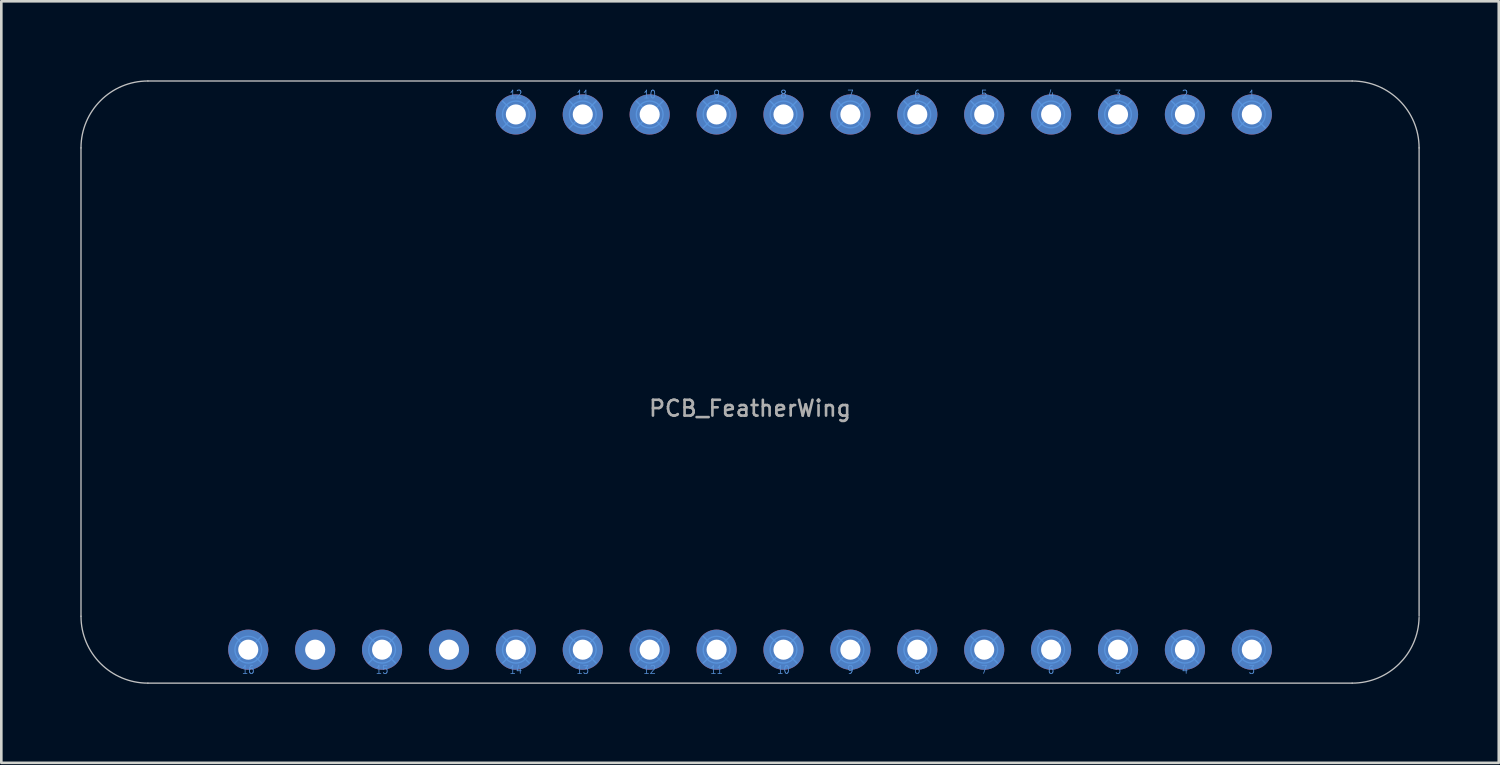
<source format=kicad_pcb>
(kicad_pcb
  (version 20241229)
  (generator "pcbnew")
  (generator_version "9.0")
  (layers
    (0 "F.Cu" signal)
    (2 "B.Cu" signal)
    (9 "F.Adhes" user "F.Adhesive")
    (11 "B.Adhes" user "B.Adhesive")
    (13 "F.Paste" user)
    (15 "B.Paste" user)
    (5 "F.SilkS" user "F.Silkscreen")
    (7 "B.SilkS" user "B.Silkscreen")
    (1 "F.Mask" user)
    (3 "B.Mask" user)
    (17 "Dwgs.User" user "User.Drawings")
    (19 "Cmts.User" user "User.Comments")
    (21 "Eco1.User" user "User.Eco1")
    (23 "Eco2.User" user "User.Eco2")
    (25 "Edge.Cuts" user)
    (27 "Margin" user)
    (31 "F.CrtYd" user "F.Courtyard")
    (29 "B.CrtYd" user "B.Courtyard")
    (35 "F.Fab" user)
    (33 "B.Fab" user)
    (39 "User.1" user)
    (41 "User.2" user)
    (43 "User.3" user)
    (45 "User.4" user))
  (footprint "PCB_FeatherWing"
    (layer "F.Cu")
    (at 25.425 11.455)
    (property "Reference" "PCB_FeatherWing" (at 0 1 0) (layer "F.Fab") (effects (font (size 0.6 0.6) (thickness 0.1))))
    (attr through_hole)
    (fp_line (start -25.4 -8.89) (end -25.4 8.89) (stroke (width 0.05) (type solid)) (layer "Dwgs.User"))
    (fp_line (start -22.86 11.43) (end 22.86 11.43) (stroke (width 0.05) (type solid)) (layer "Dwgs.User"))
    (fp_line (start 22.86 -11.43) (end -22.86 -11.43) (stroke (width 0.05) (type solid)) (layer "Dwgs.User"))
    (fp_line (start 25.4 8.89) (end 25.4 -8.89) (stroke (width 0.05) (type solid)) (layer "Dwgs.User"))
    (fp_arc (start -25.4 -8.89) (mid -24.656051 -10.686051) (end -22.86 -11.43) (stroke (width 0.05) (type solid)) (layer "Dwgs.User"))
    (fp_arc (start -22.86 11.43) (mid -24.656051 10.686051) (end -25.4 8.89) (stroke (width 0.05) (type solid)) (layer "Dwgs.User"))
    (fp_arc (start 22.86 -11.43) (mid 24.656051 -10.686051) (end 25.4 -8.89) (stroke (width 0.05) (type solid)) (layer "Dwgs.User"))
    (fp_arc (start 25.399532 8.938762) (mid 24.638728 10.703209) (end 22.86 11.43) (stroke (width 0.05) (type solid)) (layer "Dwgs.User"))
    (fp_line (start -19.558 9.652) (end -18.542 10.668) (stroke (width 0.05) (type solid)) (layer "Cmts.User"))
    (fp_line (start -19.558 10.668) (end -18.542 9.652) (stroke (width 0.05) (type solid)) (layer "Cmts.User"))
    (fp_line (start -14.478 9.652) (end -13.462 10.668) (stroke (width 0.05) (type solid)) (layer "Cmts.User"))
    (fp_line (start -14.478 10.668) (end -13.462 9.652) (stroke (width 0.05) (type solid)) (layer "Cmts.User"))
    (fp_line (start -9.398 -10.668) (end -8.382 -9.652) (stroke (width 0.05) (type solid)) (layer "Cmts.User"))
    (fp_line (start -9.398 -9.652) (end -8.382 -10.668) (stroke (width 0.05) (type solid)) (layer "Cmts.User"))
    (fp_line (start -9.398 9.652) (end -8.382 10.668) (stroke (width 0.05) (type solid)) (layer "Cmts.User"))
    (fp_line (start -9.398 10.668) (end -8.382 9.652) (stroke (width 0.05) (type solid)) (layer "Cmts.User"))
    (fp_line (start -6.858 -10.668) (end -5.842 -9.652) (stroke (width 0.05) (type solid)) (layer "Cmts.User"))
    (fp_line (start -6.858 -9.652) (end -5.842 -10.668) (stroke (width 0.05) (type solid)) (layer "Cmts.User"))
    (fp_line (start -6.858 9.652) (end -5.842 10.668) (stroke (width 0.05) (type solid)) (layer "Cmts.User"))
    (fp_line (start -6.858 10.668) (end -5.842 9.652) (stroke (width 0.05) (type solid)) (layer "Cmts.User"))
    (fp_line (start -4.318 -10.668) (end -3.302 -9.652) (stroke (width 0.05) (type solid)) (layer "Cmts.User"))
    (fp_line (start -4.318 -9.652) (end -3.302 -10.668) (stroke (width 0.05) (type solid)) (layer "Cmts.User"))
    (fp_line (start -4.318 9.652) (end -3.302 10.668) (stroke (width 0.05) (type solid)) (layer "Cmts.User"))
    (fp_line (start -4.318 10.668) (end -3.302 9.652) (stroke (width 0.05) (type solid)) (layer "Cmts.User"))
    (fp_line (start -1.778 -10.668) (end -0.762 -9.652) (stroke (width 0.05) (type solid)) (layer "Cmts.User"))
    (fp_line (start -1.778 -9.652) (end -0.762 -10.668) (stroke (width 0.05) (type solid)) (layer "Cmts.User"))
    (fp_line (start -1.778 9.652) (end -0.762 10.668) (stroke (width 0.05) (type solid)) (layer "Cmts.User"))
    (fp_line (start -1.778 10.668) (end -0.762 9.652) (stroke (width 0.05) (type solid)) (layer "Cmts.User"))
    (fp_line (start 0.762 -10.668) (end 1.778 -9.652) (stroke (width 0.05) (type solid)) (layer "Cmts.User"))
    (fp_line (start 0.762 -9.652) (end 1.778 -10.668) (stroke (width 0.05) (type solid)) (layer "Cmts.User"))
    (fp_line (start 0.762 9.652) (end 1.778 10.668) (stroke (width 0.05) (type solid)) (layer "Cmts.User"))
    (fp_line (start 0.762 10.668) (end 1.778 9.652) (stroke (width 0.05) (type solid)) (layer "Cmts.User"))
    (fp_line (start 3.302 -10.668) (end 4.318 -9.652) (stroke (width 0.05) (type solid)) (layer "Cmts.User"))
    (fp_line (start 3.302 -9.652) (end 4.318 -10.668) (stroke (width 0.05) (type solid)) (layer "Cmts.User"))
    (fp_line (start 3.302 9.652) (end 4.318 10.668) (stroke (width 0.05) (type solid)) (layer "Cmts.User"))
    (fp_line (start 3.302 10.668) (end 4.318 9.652) (stroke (width 0.05) (type solid)) (layer "Cmts.User"))
    (fp_line (start 5.842 -10.668) (end 6.858 -9.652) (stroke (width 0.05) (type solid)) (layer "Cmts.User"))
    (fp_line (start 5.842 -9.652) (end 6.858 -10.668) (stroke (width 0.05) (type solid)) (layer "Cmts.User"))
    (fp_line (start 5.842 9.652) (end 6.858 10.668) (stroke (width 0.05) (type solid)) (layer "Cmts.User"))
    (fp_line (start 5.842 10.668) (end 6.858 9.652) (stroke (width 0.05) (type solid)) (layer "Cmts.User"))
    (fp_line (start 8.382 -10.668) (end 9.398 -9.652) (stroke (width 0.05) (type solid)) (layer "Cmts.User"))
    (fp_line (start 8.382 -9.652) (end 9.398 -10.668) (stroke (width 0.05) (type solid)) (layer "Cmts.User"))
    (fp_line (start 8.382 9.652) (end 9.398 10.668) (stroke (width 0.05) (type solid)) (layer "Cmts.User"))
    (fp_line (start 8.382 10.668) (end 9.398 9.652) (stroke (width 0.05) (type solid)) (layer "Cmts.User"))
    (fp_line (start 10.922 -10.668) (end 11.938 -9.652) (stroke (width 0.05) (type solid)) (layer "Cmts.User"))
    (fp_line (start 10.922 -9.652) (end 11.938 -10.668) (stroke (width 0.05) (type solid)) (layer "Cmts.User"))
    (fp_line (start 10.922 9.652) (end 11.938 10.668) (stroke (width 0.05) (type solid)) (layer "Cmts.User"))
    (fp_line (start 10.922 10.668) (end 11.938 9.652) (stroke (width 0.05) (type solid)) (layer "Cmts.User"))
    (fp_line (start 13.462 -10.668) (end 14.478 -9.652) (stroke (width 0.05) (type solid)) (layer "Cmts.User"))
    (fp_line (start 13.462 -9.652) (end 14.478 -10.668) (stroke (width 0.05) (type solid)) (layer "Cmts.User"))
    (fp_line (start 13.462 9.652) (end 14.478 10.668) (stroke (width 0.05) (type solid)) (layer "Cmts.User"))
    (fp_line (start 13.462 10.668) (end 14.478 9.652) (stroke (width 0.05) (type solid)) (layer "Cmts.User"))
    (fp_line (start 16.002 -10.668) (end 17.018 -9.652) (stroke (width 0.05) (type solid)) (layer "Cmts.User"))
    (fp_line (start 16.002 -9.652) (end 17.018 -10.668) (stroke (width 0.05) (type solid)) (layer "Cmts.User"))
    (fp_line (start 16.002 9.652) (end 17.018 10.668) (stroke (width 0.05) (type solid)) (layer "Cmts.User"))
    (fp_line (start 16.002 10.668) (end 17.018 9.652) (stroke (width 0.05) (type solid)) (layer "Cmts.User"))
    (fp_line (start 18.542 -10.668) (end 19.558 -9.652) (stroke (width 0.05) (type solid)) (layer "Cmts.User"))
    (fp_line (start 18.542 -9.652) (end 19.558 -10.668) (stroke (width 0.05) (type solid)) (layer "Cmts.User"))
    (fp_line (start 18.542 9.652) (end 19.558 10.668) (stroke (width 0.05) (type solid)) (layer "Cmts.User"))
    (fp_line (start 18.542 10.668) (end 19.558 9.652) (stroke (width 0.05) (type solid)) (layer "Cmts.User"))
    (fp_circle (center -19.05 10.16) (end -18.542 10.16) (stroke (width 0.05) (type solid)) (fill no) (layer "Cmts.User"))
    (fp_circle (center -13.97 10.16) (end -13.462 10.16) (stroke (width 0.05) (type solid)) (fill no) (layer "Cmts.User"))
    (fp_circle (center -8.89 -10.16) (end -8.382 -10.16) (stroke (width 0.05) (type solid)) (fill no) (layer "Cmts.User"))
    (fp_circle (center -8.89 10.16) (end -8.382 10.16) (stroke (width 0.05) (type solid)) (fill no) (layer "Cmts.User"))
    (fp_circle (center -6.35 -10.16) (end -5.842 -10.16) (stroke (width 0.05) (type solid)) (fill no) (layer "Cmts.User"))
    (fp_circle (center -6.35 10.16) (end -5.842 10.16) (stroke (width 0.05) (type solid)) (fill no) (layer "Cmts.User"))
    (fp_circle (center -3.81 -10.16) (end -3.302 -10.16) (stroke (width 0.05) (type solid)) (fill no) (layer "Cmts.User"))
    (fp_circle (center -3.81 10.16) (end -3.302 10.16) (stroke (width 0.05) (type solid)) (fill no) (layer "Cmts.User"))
    (fp_circle (center -1.27 -10.16) (end -0.762 -10.16) (stroke (width 0.05) (type solid)) (fill no) (layer "Cmts.User"))
    (fp_circle (center -1.27 10.16) (end -0.762 10.16) (stroke (width 0.05) (type solid)) (fill no) (layer "Cmts.User"))
    (fp_circle (center 1.27 -10.16) (end 1.778 -10.16) (stroke (width 0.05) (type solid)) (fill no) (layer "Cmts.User"))
    (fp_circle (center 1.27 10.16) (end 1.778 10.16) (stroke (width 0.05) (type solid)) (fill no) (layer "Cmts.User"))
    (fp_circle (center 3.81 -10.16) (end 4.318 -10.16) (stroke (width 0.05) (type solid)) (fill no) (layer "Cmts.User"))
    (fp_circle (center 3.81 10.16) (end 4.318 10.16) (stroke (width 0.05) (type solid)) (fill no) (layer "Cmts.User"))
    (fp_circle (center 6.35 -10.16) (end 6.858 -10.16) (stroke (width 0.05) (type solid)) (fill no) (layer "Cmts.User"))
    (fp_circle (center 6.35 10.16) (end 6.858 10.16) (stroke (width 0.05) (type solid)) (fill no) (layer "Cmts.User"))
    (fp_circle (center 8.89 -10.16) (end 9.398 -10.16) (stroke (width 0.05) (type solid)) (fill no) (layer "Cmts.User"))
    (fp_circle (center 8.89 10.16) (end 9.398 10.16) (stroke (width 0.05) (type solid)) (fill no) (layer "Cmts.User"))
    (fp_circle (center 11.43 -10.16) (end 11.938 -10.16) (stroke (width 0.05) (type solid)) (fill no) (layer "Cmts.User"))
    (fp_circle (center 11.43 10.16) (end 11.938 10.16) (stroke (width 0.05) (type solid)) (fill no) (layer "Cmts.User"))
    (fp_circle (center 13.97 -10.16) (end 14.478 -10.16) (stroke (width 0.05) (type solid)) (fill no) (layer "Cmts.User"))
    (fp_circle (center 13.97 10.16) (end 14.478 10.16) (stroke (width 0.05) (type solid)) (fill no) (layer "Cmts.User"))
    (fp_circle (center 16.51 -10.16) (end 17.018 -10.16) (stroke (width 0.05) (type solid)) (fill no) (layer "Cmts.User"))
    (fp_circle (center 16.51 10.16) (end 17.018 10.16) (stroke (width 0.05) (type solid)) (fill no) (layer "Cmts.User"))
    (fp_circle (center 19.05 -10.16) (end 19.558 -10.16) (stroke (width 0.05) (type solid)) (fill no) (layer "Cmts.User"))
    (fp_circle (center 19.05 10.16) (end 19.558 10.16) (stroke (width 0.05) (type solid)) (fill no) (layer "Cmts.User"))
    (fp_text user "14" (at -8.89 10.922 0) (layer "Cmts.User") (effects (font (size 0.3 0.25) (thickness 0.03))))
    (fp_text user "12" (at -8.89 -10.922 0) (layer "Cmts.User") (effects (font (size 0.3 0.25) (thickness 0.03))))
    (fp_text user "7" (at 8.89 10.922 0) (layer "Cmts.User") (effects (font (size 0.3 0.25) (thickness 0.03))))
    (fp_text user "5" (at 13.97 10.922 0) (layer "Cmts.User") (effects (font (size 0.3 0.25) (thickness 0.03))))
    (fp_text user "16" (at -19.05 10.922 0) (layer "Cmts.User") (effects (font (size 0.3 0.25) (thickness 0.03))))
    (fp_text user "9" (at -1.27 -10.922 0) (layer "Cmts.User") (effects (font (size 0.3 0.25) (thickness 0.03))))
    (fp_text user "3" (at 13.97 -10.922 0) (layer "Cmts.User") (effects (font (size 0.3 0.25) (thickness 0.03))))
    (fp_text user "15" (at -13.97 10.922 0) (layer "Cmts.User") (effects (font (size 0.3 0.25) (thickness 0.03))))
    (fp_text user "2" (at 16.51 -10.922 0) (layer "Cmts.User") (effects (font (size 0.3 0.25) (thickness 0.03))))
    (fp_text user "6" (at 11.43 10.922 0) (layer "Cmts.User") (effects (font (size 0.3 0.25) (thickness 0.03))))
    (fp_text user "4" (at 11.43 -10.922 0) (layer "Cmts.User") (effects (font (size 0.3 0.25) (thickness 0.03))))
    (fp_text user "9" (at 3.81 10.922 0) (layer "Cmts.User") (effects (font (size 0.3 0.25) (thickness 0.03))))
    (fp_text user "4" (at 16.51 10.922 0) (layer "Cmts.User") (effects (font (size 0.3 0.25) (thickness 0.03))))
    (fp_text user "5" (at 8.89 -10.922 0) (layer "Cmts.User") (effects (font (size 0.3 0.25) (thickness 0.03))))
    (fp_text user "7" (at 3.81 -10.922 0) (layer "Cmts.User") (effects (font (size 0.3 0.25) (thickness 0.03))))
    (fp_text user "8" (at 6.35 10.922 0) (layer "Cmts.User") (effects (font (size 0.3 0.25) (thickness 0.03))))
    (fp_text user "13" (at -6.35 10.922 0) (layer "Cmts.User") (effects (font (size 0.3 0.25) (thickness 0.03))))
    (fp_text user "10" (at -3.81 -10.922 0) (layer "Cmts.User") (effects (font (size 0.3 0.25) (thickness 0.03))))
    (fp_text user "3" (at 19.05 10.922 0) (layer "Cmts.User") (effects (font (size 0.3 0.25) (thickness 0.03))))
    (fp_text user "11" (at -1.27 10.922 0) (layer "Cmts.User") (effects (font (size 0.3 0.25) (thickness 0.03))))
    (fp_text user "6" (at 6.35 -10.922 0) (layer "Cmts.User") (effects (font (size 0.3 0.25) (thickness 0.03))))
    (fp_text user "12" (at -3.81 10.922 0) (layer "Cmts.User") (effects (font (size 0.3 0.25) (thickness 0.03))))
    (fp_text user "10" (at 1.27 10.922 0) (layer "Cmts.User") (effects (font (size 0.3 0.25) (thickness 0.03))))
    (fp_text user "11" (at -6.35 -10.922 0) (layer "Cmts.User") (effects (font (size 0.3 0.25) (thickness 0.03))))
    (fp_text user "1" (at 19.05 -10.922 0) (layer "Cmts.User") (effects (font (size 0.3 0.25) (thickness 0.03))))
    (fp_text user "8" (at 1.27 -10.922 0) (layer "Cmts.User") (effects (font (size 0.3 0.25) (thickness 0.03))))
    (pad "3V3" thru_hole circle (at -16.51 10.16) (size 1.524 1.524) (drill 0.762) (layers "*.Cu" "*.Mask"))
    (pad "A0" thru_hole circle (at -8.89 10.16) (size 1.524 1.524) (drill 0.762) (layers "*.Cu" "*.Mask"))
    (pad "A1" thru_hole circle (at -6.35 10.16) (size 1.524 1.524) (drill 0.762) (layers "*.Cu" "*.Mask"))
    (pad "A2" thru_hole circle (at -3.81 10.16) (size 1.524 1.524) (drill 0.762) (layers "*.Cu" "*.Mask"))
    (pad "A3" thru_hole circle (at -1.27 10.16) (size 1.524 1.524) (drill 0.762) (layers "*.Cu" "*.Mask"))
    (pad "A4" thru_hole circle (at 1.27 10.16) (size 1.524 1.524) (drill 0.762) (layers "*.Cu" "*.Mask"))
    (pad "A5" thru_hole circle (at 3.81 10.16) (size 1.524 1.524) (drill 0.762) (layers "*.Cu" "*.Mask"))
    (pad "D2" thru_hole circle (at 13.97 -10.16) (size 1.524 1.524) (drill 0.762) (layers "*.Cu" "*.Mask"))
    (pad "D3" thru_hole circle (at 11.43 -10.16) (size 1.524 1.524) (drill 0.762) (layers "*.Cu" "*.Mask"))
    (pad "D4" thru_hole circle (at 8.89 -10.16) (size 1.524 1.524) (drill 0.762) (layers "*.Cu" "*.Mask"))
    (pad "D5" thru_hole circle (at 6.35 -10.16) (size 1.524 1.524) (drill 0.762) (layers "*.Cu" "*.Mask"))
    (pad "D6" thru_hole circle (at 3.81 -10.16) (size 1.524 1.524) (drill 0.762) (layers "*.Cu" "*.Mask"))
    (pad "D7" thru_hole circle (at 1.27 -10.16) (size 1.524 1.524) (drill 0.762) (layers "*.Cu" "*.Mask"))
    (pad "D8" thru_hole circle (at -1.27 -10.16) (size 1.524 1.524) (drill 0.762) (layers "*.Cu" "*.Mask"))
    (pad "EN" thru_hole circle (at -6.35 -10.16) (size 1.524 1.524) (drill 0.762) (layers "*.Cu" "*.Mask"))
    (pad "GND" thru_hole circle (at -11.43 10.16) (size 1.524 1.524) (drill 0.762) (layers "*.Cu" "*.Mask"))
    (pad "LI+" thru_hole circle (at -8.89 -10.16) (size 1.524 1.524) (drill 0.762) (layers "*.Cu" "*.Mask"))
    (pad "MD" thru_hole circle (at -13.97 10.16) (size 1.524 1.524) (drill 0.762) (layers "*.Cu" "*.Mask"))
    (pad "MI" thru_hole circle (at 11.43 10.16) (size 1.524 1.524) (drill 0.762) (layers "*.Cu" "*.Mask"))
    (pad "MO" thru_hole circle (at 8.89 10.16) (size 1.524 1.524) (drill 0.762) (layers "*.Cu" "*.Mask"))
    (pad "NC" thru_hole circle (at 19.05 10.16) (size 1.524 1.524) (drill 0.762) (layers "*.Cu" "*.Mask"))
    (pad "RESET" thru_hole circle (at -19.05 10.16) (size 1.524 1.524) (drill 0.762) (layers "*.Cu" "*.Mask"))
    (pad "RX" thru_hole circle (at 13.97 10.16) (size 1.524 1.524) (drill 0.762) (layers "*.Cu" "*.Mask"))
    (pad "SCK" thru_hole circle (at 6.35 10.16) (size 1.524 1.524) (drill 0.762) (layers "*.Cu" "*.Mask"))
    (pad "SCL" thru_hole circle (at 16.51 -10.16) (size 1.524 1.524) (drill 0.762) (layers "*.Cu" "*.Mask"))
    (pad "SDA" thru_hole circle (at 19.05 -10.16) (size 1.524 1.524) (drill 0.762) (layers "*.Cu" "*.Mask"))
    (pad "TX" thru_hole circle (at 16.51 10.16) (size 1.524 1.524) (drill 0.762) (layers "*.Cu" "*.Mask"))
    (pad "VUSB" thru_hole circle (at -3.81 -10.16) (size 1.524 1.524) (drill 0.762) (layers "*.Cu" "*.Mask")))
  (gr_rect
    (start -3 -3)
    (end 53.85 25.91)
    (stroke (width 0.1) (type default))
    (fill no)
    (layer "Edge.Cuts")))
</source>
